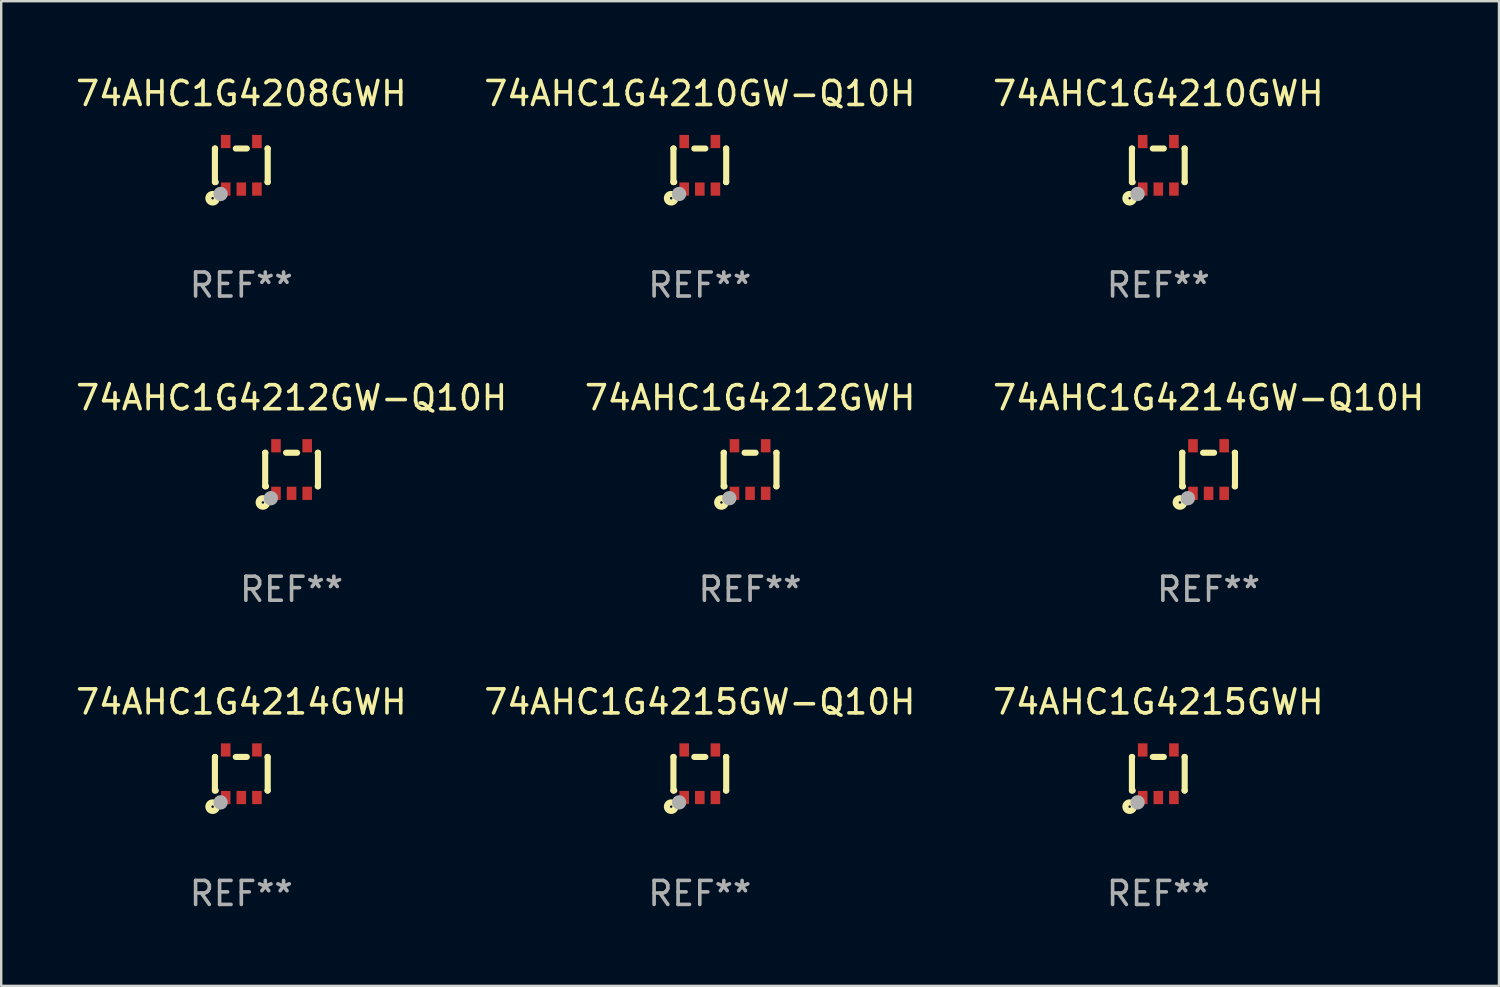
<source format=kicad_pcb>
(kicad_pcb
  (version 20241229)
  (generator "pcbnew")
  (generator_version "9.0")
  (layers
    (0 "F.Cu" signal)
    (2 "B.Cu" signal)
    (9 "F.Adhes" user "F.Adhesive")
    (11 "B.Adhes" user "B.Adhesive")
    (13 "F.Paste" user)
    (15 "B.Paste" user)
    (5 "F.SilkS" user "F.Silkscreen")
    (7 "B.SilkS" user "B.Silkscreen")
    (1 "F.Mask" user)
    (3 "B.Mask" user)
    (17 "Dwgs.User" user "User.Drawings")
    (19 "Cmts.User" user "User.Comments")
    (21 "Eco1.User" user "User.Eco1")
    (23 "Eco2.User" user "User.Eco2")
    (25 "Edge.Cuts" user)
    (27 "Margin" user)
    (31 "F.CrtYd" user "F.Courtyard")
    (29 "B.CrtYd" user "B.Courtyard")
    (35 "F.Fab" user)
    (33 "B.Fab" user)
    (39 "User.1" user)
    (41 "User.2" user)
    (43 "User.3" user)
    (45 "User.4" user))
  (footprint "74AHC1G4215GW-Q10H"
    (layer "F.Cu")
    (at 26.113 29.194)
    (property "Reference" "74AHC1G4215GW-Q10H" (at 0 -2.991 0) (layer "F.SilkS") (effects (font (size 1 1) (thickness 0.15))))
    (attr through_hole)
    (fp_line (start -1.1 -0.7) (end -1.1 0.7) (stroke (width 0.254) (type solid)) (layer "F.SilkS"))
    (fp_line (start -1.1 -0.7) (end -1.09 -0.7) (stroke (width 0.254) (type solid)) (layer "F.SilkS"))
    (fp_line (start -1.1 0.7) (end -1.065 0.7) (stroke (width 0.254) (type solid)) (layer "F.SilkS"))
    (fp_line (start -0.23 -0.7) (end 0.23 -0.7) (stroke (width 0.254) (type solid)) (layer "F.SilkS"))
    (fp_line (start 1.09 -0.7) (end 1.1 -0.7) (stroke (width 0.254) (type solid)) (layer "F.SilkS"))
    (fp_line (start 1.09 0.7) (end 1.1 0.7) (stroke (width 0.254) (type solid)) (layer "F.SilkS"))
    (fp_line (start 1.1 -0.7) (end 1.1 0.7) (stroke (width 0.254) (type solid)) (layer "F.SilkS"))
    (fp_circle (center -1.194 1.372) (end -1.143 1.372) (stroke (width 0.254) (type solid)) (fill no) (layer "F.SilkS"))
    (fp_circle (center -1.05 1.063) (end -1.02 1.063) (stroke (width 0.06) (type solid)) (fill no) (layer "F.SilkS"))
    (fp_circle (center -0.864 1.194) (end -0.713 1.194) (stroke (width 0.3) (type solid)) (fill no) (layer "F.Fab"))
    (fp_text user "REF**" (at 0 4.991 0) (layer "F.Fab") (effects (font (size 1 1) (thickness 0.15))))
    (pad "1" smd rect (at -0.65 0.991 180) (size 0.399 0.551) (layers "F.Cu" "F.Mask" "F.Paste"))
    (pad "2" smd rect (at 0 0.991 180) (size 0.399 0.551) (layers "F.Cu" "F.Mask" "F.Paste"))
    (pad "3" smd rect (at 0.65 0.991 180) (size 0.399 0.551) (layers "F.Cu" "F.Mask" "F.Paste"))
    (pad "4" smd rect (at 0.65 -0.991 180) (size 0.399 0.551) (layers "F.Cu" "F.Mask" "F.Paste"))
    (pad "5" smd rect (at -0.65 -0.991 180) (size 0.399 0.551) (layers "F.Cu" "F.Mask" "F.Paste")))
  (footprint "74AHC1G4210GW-Q10H"
    (layer "F.Cu")
    (at 26.113 3.839)
    (property "Reference" "74AHC1G4210GW-Q10H" (at 0 -2.991 0) (layer "F.SilkS") (effects (font (size 1 1) (thickness 0.15))))
    (attr through_hole)
    (fp_line (start -1.1 -0.7) (end -1.1 0.7) (stroke (width 0.254) (type solid)) (layer "F.SilkS"))
    (fp_line (start -1.1 -0.7) (end -1.09 -0.7) (stroke (width 0.254) (type solid)) (layer "F.SilkS"))
    (fp_line (start -1.1 0.7) (end -1.065 0.7) (stroke (width 0.254) (type solid)) (layer "F.SilkS"))
    (fp_line (start -0.23 -0.7) (end 0.23 -0.7) (stroke (width 0.254) (type solid)) (layer "F.SilkS"))
    (fp_line (start 1.09 -0.7) (end 1.1 -0.7) (stroke (width 0.254) (type solid)) (layer "F.SilkS"))
    (fp_line (start 1.09 0.7) (end 1.1 0.7) (stroke (width 0.254) (type solid)) (layer "F.SilkS"))
    (fp_line (start 1.1 -0.7) (end 1.1 0.7) (stroke (width 0.254) (type solid)) (layer "F.SilkS"))
    (fp_circle (center -1.194 1.372) (end -1.143 1.372) (stroke (width 0.254) (type solid)) (fill no) (layer "F.SilkS"))
    (fp_circle (center -1.05 1.063) (end -1.02 1.063) (stroke (width 0.06) (type solid)) (fill no) (layer "F.SilkS"))
    (fp_circle (center -0.864 1.194) (end -0.713 1.194) (stroke (width 0.3) (type solid)) (fill no) (layer "F.Fab"))
    (fp_text user "REF**" (at 0 4.991 0) (layer "F.Fab") (effects (font (size 1 1) (thickness 0.15))))
    (pad "1" smd rect (at -0.65 0.991 180) (size 0.399 0.551) (layers "F.Cu" "F.Mask" "F.Paste"))
    (pad "2" smd rect (at 0 0.991 180) (size 0.399 0.551) (layers "F.Cu" "F.Mask" "F.Paste"))
    (pad "3" smd rect (at 0.65 0.991 180) (size 0.399 0.551) (layers "F.Cu" "F.Mask" "F.Paste"))
    (pad "4" smd rect (at 0.65 -0.991 180) (size 0.399 0.551) (layers "F.Cu" "F.Mask" "F.Paste"))
    (pad "5" smd rect (at -0.65 -0.991 180) (size 0.399 0.551) (layers "F.Cu" "F.Mask" "F.Paste")))
  (footprint "74AHC1G4210GWH"
    (layer "F.Cu")
    (at 45.22 3.839)
    (property "Reference" "74AHC1G4210GWH" (at 0 -2.991 0) (layer "F.SilkS") (effects (font (size 1 1) (thickness 0.15))))
    (attr through_hole)
    (fp_line (start -1.1 -0.7) (end -1.1 0.7) (stroke (width 0.254) (type solid)) (layer "F.SilkS"))
    (fp_line (start -1.1 -0.7) (end -1.09 -0.7) (stroke (width 0.254) (type solid)) (layer "F.SilkS"))
    (fp_line (start -1.1 0.7) (end -1.065 0.7) (stroke (width 0.254) (type solid)) (layer "F.SilkS"))
    (fp_line (start -0.23 -0.7) (end 0.23 -0.7) (stroke (width 0.254) (type solid)) (layer "F.SilkS"))
    (fp_line (start 1.09 -0.7) (end 1.1 -0.7) (stroke (width 0.254) (type solid)) (layer "F.SilkS"))
    (fp_line (start 1.09 0.7) (end 1.1 0.7) (stroke (width 0.254) (type solid)) (layer "F.SilkS"))
    (fp_line (start 1.1 -0.7) (end 1.1 0.7) (stroke (width 0.254) (type solid)) (layer "F.SilkS"))
    (fp_circle (center -1.194 1.372) (end -1.143 1.372) (stroke (width 0.254) (type solid)) (fill no) (layer "F.SilkS"))
    (fp_circle (center -1.05 1.063) (end -1.02 1.063) (stroke (width 0.06) (type solid)) (fill no) (layer "F.SilkS"))
    (fp_circle (center -0.864 1.194) (end -0.713 1.194) (stroke (width 0.3) (type solid)) (fill no) (layer "F.Fab"))
    (fp_text user "REF**" (at 0 4.991 0) (layer "F.Fab") (effects (font (size 1 1) (thickness 0.15))))
    (pad "1" smd rect (at -0.65 0.991 180) (size 0.399 0.551) (layers "F.Cu" "F.Mask" "F.Paste"))
    (pad "2" smd rect (at 0 0.991 180) (size 0.399 0.551) (layers "F.Cu" "F.Mask" "F.Paste"))
    (pad "3" smd rect (at 0.65 0.991 180) (size 0.399 0.551) (layers "F.Cu" "F.Mask" "F.Paste"))
    (pad "4" smd rect (at 0.65 -0.991 180) (size 0.399 0.551) (layers "F.Cu" "F.Mask" "F.Paste"))
    (pad "5" smd rect (at -0.65 -0.991 180) (size 0.399 0.551) (layers "F.Cu" "F.Mask" "F.Paste")))
  (footprint "74AHC1G4212GWH"
    (layer "F.Cu")
    (at 28.208 16.517)
    (property "Reference" "74AHC1G4212GWH" (at 0 -2.991 0) (layer "F.SilkS") (effects (font (size 1 1) (thickness 0.15))))
    (attr through_hole)
    (fp_line (start -1.1 -0.7) (end -1.1 0.7) (stroke (width 0.254) (type solid)) (layer "F.SilkS"))
    (fp_line (start -1.1 -0.7) (end -1.09 -0.7) (stroke (width 0.254) (type solid)) (layer "F.SilkS"))
    (fp_line (start -1.1 0.7) (end -1.065 0.7) (stroke (width 0.254) (type solid)) (layer "F.SilkS"))
    (fp_line (start -0.23 -0.7) (end 0.23 -0.7) (stroke (width 0.254) (type solid)) (layer "F.SilkS"))
    (fp_line (start 1.09 -0.7) (end 1.1 -0.7) (stroke (width 0.254) (type solid)) (layer "F.SilkS"))
    (fp_line (start 1.09 0.7) (end 1.1 0.7) (stroke (width 0.254) (type solid)) (layer "F.SilkS"))
    (fp_line (start 1.1 -0.7) (end 1.1 0.7) (stroke (width 0.254) (type solid)) (layer "F.SilkS"))
    (fp_circle (center -1.194 1.372) (end -1.143 1.372) (stroke (width 0.254) (type solid)) (fill no) (layer "F.SilkS"))
    (fp_circle (center -1.05 1.063) (end -1.02 1.063) (stroke (width 0.06) (type solid)) (fill no) (layer "F.SilkS"))
    (fp_circle (center -0.864 1.194) (end -0.713 1.194) (stroke (width 0.3) (type solid)) (fill no) (layer "F.Fab"))
    (fp_text user "REF**" (at 0 4.991 0) (layer "F.Fab") (effects (font (size 1 1) (thickness 0.15))))
    (pad "1" smd rect (at -0.65 0.991 180) (size 0.399 0.551) (layers "F.Cu" "F.Mask" "F.Paste"))
    (pad "2" smd rect (at 0 0.991 180) (size 0.399 0.551) (layers "F.Cu" "F.Mask" "F.Paste"))
    (pad "3" smd rect (at 0.65 0.991 180) (size 0.399 0.551) (layers "F.Cu" "F.Mask" "F.Paste"))
    (pad "4" smd rect (at 0.65 -0.991 180) (size 0.399 0.551) (layers "F.Cu" "F.Mask" "F.Paste"))
    (pad "5" smd rect (at -0.65 -0.991 180) (size 0.399 0.551) (layers "F.Cu" "F.Mask" "F.Paste")))
  (footprint "74AHC1G4214GW-Q10H"
    (layer "F.Cu")
    (at 47.315 16.517)
    (property "Reference" "74AHC1G4214GW-Q10H" (at 0 -2.991 0) (layer "F.SilkS") (effects (font (size 1 1) (thickness 0.15))))
    (attr through_hole)
    (fp_line (start -1.1 -0.7) (end -1.1 0.7) (stroke (width 0.254) (type solid)) (layer "F.SilkS"))
    (fp_line (start -1.1 -0.7) (end -1.09 -0.7) (stroke (width 0.254) (type solid)) (layer "F.SilkS"))
    (fp_line (start -1.1 0.7) (end -1.065 0.7) (stroke (width 0.254) (type solid)) (layer "F.SilkS"))
    (fp_line (start -0.23 -0.7) (end 0.23 -0.7) (stroke (width 0.254) (type solid)) (layer "F.SilkS"))
    (fp_line (start 1.09 -0.7) (end 1.1 -0.7) (stroke (width 0.254) (type solid)) (layer "F.SilkS"))
    (fp_line (start 1.09 0.7) (end 1.1 0.7) (stroke (width 0.254) (type solid)) (layer "F.SilkS"))
    (fp_line (start 1.1 -0.7) (end 1.1 0.7) (stroke (width 0.254) (type solid)) (layer "F.SilkS"))
    (fp_circle (center -1.194 1.372) (end -1.143 1.372) (stroke (width 0.254) (type solid)) (fill no) (layer "F.SilkS"))
    (fp_circle (center -1.05 1.063) (end -1.02 1.063) (stroke (width 0.06) (type solid)) (fill no) (layer "F.SilkS"))
    (fp_circle (center -0.864 1.194) (end -0.713 1.194) (stroke (width 0.3) (type solid)) (fill no) (layer "F.Fab"))
    (fp_text user "REF**" (at 0 4.991 0) (layer "F.Fab") (effects (font (size 1 1) (thickness 0.15))))
    (pad "1" smd rect (at -0.65 0.991 180) (size 0.399 0.551) (layers "F.Cu" "F.Mask" "F.Paste"))
    (pad "2" smd rect (at 0 0.991 180) (size 0.399 0.551) (layers "F.Cu" "F.Mask" "F.Paste"))
    (pad "3" smd rect (at 0.65 0.991 180) (size 0.399 0.551) (layers "F.Cu" "F.Mask" "F.Paste"))
    (pad "4" smd rect (at 0.65 -0.991 180) (size 0.399 0.551) (layers "F.Cu" "F.Mask" "F.Paste"))
    (pad "5" smd rect (at -0.65 -0.991 180) (size 0.399 0.551) (layers "F.Cu" "F.Mask" "F.Paste")))
  (footprint "74AHC1G4212GW-Q10H"
    (layer "F.Cu")
    (at 9.101 16.517)
    (property "Reference" "74AHC1G4212GW-Q10H" (at 0 -2.991 0) (layer "F.SilkS") (effects (font (size 1 1) (thickness 0.15))))
    (attr through_hole)
    (fp_line (start -1.1 -0.7) (end -1.1 0.7) (stroke (width 0.254) (type solid)) (layer "F.SilkS"))
    (fp_line (start -1.1 -0.7) (end -1.09 -0.7) (stroke (width 0.254) (type solid)) (layer "F.SilkS"))
    (fp_line (start -1.1 0.7) (end -1.065 0.7) (stroke (width 0.254) (type solid)) (layer "F.SilkS"))
    (fp_line (start -0.23 -0.7) (end 0.23 -0.7) (stroke (width 0.254) (type solid)) (layer "F.SilkS"))
    (fp_line (start 1.09 -0.7) (end 1.1 -0.7) (stroke (width 0.254) (type solid)) (layer "F.SilkS"))
    (fp_line (start 1.09 0.7) (end 1.1 0.7) (stroke (width 0.254) (type solid)) (layer "F.SilkS"))
    (fp_line (start 1.1 -0.7) (end 1.1 0.7) (stroke (width 0.254) (type solid)) (layer "F.SilkS"))
    (fp_circle (center -1.194 1.372) (end -1.143 1.372) (stroke (width 0.254) (type solid)) (fill no) (layer "F.SilkS"))
    (fp_circle (center -1.05 1.063) (end -1.02 1.063) (stroke (width 0.06) (type solid)) (fill no) (layer "F.SilkS"))
    (fp_circle (center -0.864 1.194) (end -0.713 1.194) (stroke (width 0.3) (type solid)) (fill no) (layer "F.Fab"))
    (fp_text user "REF**" (at 0 4.991 0) (layer "F.Fab") (effects (font (size 1 1) (thickness 0.15))))
    (pad "1" smd rect (at -0.65 0.991 180) (size 0.399 0.551) (layers "F.Cu" "F.Mask" "F.Paste"))
    (pad "2" smd rect (at 0 0.991 180) (size 0.399 0.551) (layers "F.Cu" "F.Mask" "F.Paste"))
    (pad "3" smd rect (at 0.65 0.991 180) (size 0.399 0.551) (layers "F.Cu" "F.Mask" "F.Paste"))
    (pad "4" smd rect (at 0.65 -0.991 180) (size 0.399 0.551) (layers "F.Cu" "F.Mask" "F.Paste"))
    (pad "5" smd rect (at -0.65 -0.991 180) (size 0.399 0.551) (layers "F.Cu" "F.Mask" "F.Paste")))
  (footprint "74AHC1G4208GWH"
    (layer "F.Cu")
    (at 7.006 3.839)
    (property "Reference" "74AHC1G4208GWH" (at 0 -2.991 0) (layer "F.SilkS") (effects (font (size 1 1) (thickness 0.15))))
    (attr through_hole)
    (fp_line (start -1.1 -0.7) (end -1.1 0.7) (stroke (width 0.254) (type solid)) (layer "F.SilkS"))
    (fp_line (start -1.1 -0.7) (end -1.09 -0.7) (stroke (width 0.254) (type solid)) (layer "F.SilkS"))
    (fp_line (start -1.1 0.7) (end -1.065 0.7) (stroke (width 0.254) (type solid)) (layer "F.SilkS"))
    (fp_line (start -0.23 -0.7) (end 0.23 -0.7) (stroke (width 0.254) (type solid)) (layer "F.SilkS"))
    (fp_line (start 1.09 -0.7) (end 1.1 -0.7) (stroke (width 0.254) (type solid)) (layer "F.SilkS"))
    (fp_line (start 1.09 0.7) (end 1.1 0.7) (stroke (width 0.254) (type solid)) (layer "F.SilkS"))
    (fp_line (start 1.1 -0.7) (end 1.1 0.7) (stroke (width 0.254) (type solid)) (layer "F.SilkS"))
    (fp_circle (center -1.194 1.372) (end -1.143 1.372) (stroke (width 0.254) (type solid)) (fill no) (layer "F.SilkS"))
    (fp_circle (center -1.05 1.063) (end -1.02 1.063) (stroke (width 0.06) (type solid)) (fill no) (layer "F.SilkS"))
    (fp_circle (center -0.864 1.194) (end -0.713 1.194) (stroke (width 0.3) (type solid)) (fill no) (layer "F.Fab"))
    (fp_text user "REF**" (at 0 4.991 0) (layer "F.Fab") (effects (font (size 1 1) (thickness 0.15))))
    (pad "1" smd rect (at -0.65 0.991 180) (size 0.399 0.551) (layers "F.Cu" "F.Mask" "F.Paste"))
    (pad "2" smd rect (at 0 0.991 180) (size 0.399 0.551) (layers "F.Cu" "F.Mask" "F.Paste"))
    (pad "3" smd rect (at 0.65 0.991 180) (size 0.399 0.551) (layers "F.Cu" "F.Mask" "F.Paste"))
    (pad "4" smd rect (at 0.65 -0.991 180) (size 0.399 0.551) (layers "F.Cu" "F.Mask" "F.Paste"))
    (pad "5" smd rect (at -0.65 -0.991 180) (size 0.399 0.551) (layers "F.Cu" "F.Mask" "F.Paste")))
  (footprint "74AHC1G4214GWH"
    (layer "F.Cu")
    (at 7.006 29.194)
    (property "Reference" "74AHC1G4214GWH" (at 0 -2.991 0) (layer "F.SilkS") (effects (font (size 1 1) (thickness 0.15))))
    (attr through_hole)
    (fp_line (start -1.1 -0.7) (end -1.1 0.7) (stroke (width 0.254) (type solid)) (layer "F.SilkS"))
    (fp_line (start -1.1 -0.7) (end -1.09 -0.7) (stroke (width 0.254) (type solid)) (layer "F.SilkS"))
    (fp_line (start -1.1 0.7) (end -1.065 0.7) (stroke (width 0.254) (type solid)) (layer "F.SilkS"))
    (fp_line (start -0.23 -0.7) (end 0.23 -0.7) (stroke (width 0.254) (type solid)) (layer "F.SilkS"))
    (fp_line (start 1.09 -0.7) (end 1.1 -0.7) (stroke (width 0.254) (type solid)) (layer "F.SilkS"))
    (fp_line (start 1.09 0.7) (end 1.1 0.7) (stroke (width 0.254) (type solid)) (layer "F.SilkS"))
    (fp_line (start 1.1 -0.7) (end 1.1 0.7) (stroke (width 0.254) (type solid)) (layer "F.SilkS"))
    (fp_circle (center -1.194 1.372) (end -1.143 1.372) (stroke (width 0.254) (type solid)) (fill no) (layer "F.SilkS"))
    (fp_circle (center -1.05 1.063) (end -1.02 1.063) (stroke (width 0.06) (type solid)) (fill no) (layer "F.SilkS"))
    (fp_circle (center -0.864 1.194) (end -0.713 1.194) (stroke (width 0.3) (type solid)) (fill no) (layer "F.Fab"))
    (fp_text user "REF**" (at 0 4.991 0) (layer "F.Fab") (effects (font (size 1 1) (thickness 0.15))))
    (pad "1" smd rect (at -0.65 0.991 180) (size 0.399 0.551) (layers "F.Cu" "F.Mask" "F.Paste"))
    (pad "2" smd rect (at 0 0.991 180) (size 0.399 0.551) (layers "F.Cu" "F.Mask" "F.Paste"))
    (pad "3" smd rect (at 0.65 0.991 180) (size 0.399 0.551) (layers "F.Cu" "F.Mask" "F.Paste"))
    (pad "4" smd rect (at 0.65 -0.991 180) (size 0.399 0.551) (layers "F.Cu" "F.Mask" "F.Paste"))
    (pad "5" smd rect (at -0.65 -0.991 180) (size 0.399 0.551) (layers "F.Cu" "F.Mask" "F.Paste")))
  (footprint "74AHC1G4215GWH"
    (layer "F.Cu")
    (at 45.22 29.194)
    (property "Reference" "74AHC1G4215GWH" (at 0 -2.991 0) (layer "F.SilkS") (effects (font (size 1 1) (thickness 0.15))))
    (attr through_hole)
    (fp_line (start -1.1 -0.7) (end -1.1 0.7) (stroke (width 0.254) (type solid)) (layer "F.SilkS"))
    (fp_line (start -1.1 -0.7) (end -1.09 -0.7) (stroke (width 0.254) (type solid)) (layer "F.SilkS"))
    (fp_line (start -1.1 0.7) (end -1.065 0.7) (stroke (width 0.254) (type solid)) (layer "F.SilkS"))
    (fp_line (start -0.23 -0.7) (end 0.23 -0.7) (stroke (width 0.254) (type solid)) (layer "F.SilkS"))
    (fp_line (start 1.09 -0.7) (end 1.1 -0.7) (stroke (width 0.254) (type solid)) (layer "F.SilkS"))
    (fp_line (start 1.09 0.7) (end 1.1 0.7) (stroke (width 0.254) (type solid)) (layer "F.SilkS"))
    (fp_line (start 1.1 -0.7) (end 1.1 0.7) (stroke (width 0.254) (type solid)) (layer "F.SilkS"))
    (fp_circle (center -1.194 1.372) (end -1.143 1.372) (stroke (width 0.254) (type solid)) (fill no) (layer "F.SilkS"))
    (fp_circle (center -1.05 1.063) (end -1.02 1.063) (stroke (width 0.06) (type solid)) (fill no) (layer "F.SilkS"))
    (fp_circle (center -0.864 1.194) (end -0.713 1.194) (stroke (width 0.3) (type solid)) (fill no) (layer "F.Fab"))
    (fp_text user "REF**" (at 0 4.991 0) (layer "F.Fab") (effects (font (size 1 1) (thickness 0.15))))
    (pad "1" smd rect (at -0.65 0.991 180) (size 0.399 0.551) (layers "F.Cu" "F.Mask" "F.Paste"))
    (pad "2" smd rect (at 0 0.991 180) (size 0.399 0.551) (layers "F.Cu" "F.Mask" "F.Paste"))
    (pad "3" smd rect (at 0.65 0.991 180) (size 0.399 0.551) (layers "F.Cu" "F.Mask" "F.Paste"))
    (pad "4" smd rect (at 0.65 -0.991 180) (size 0.399 0.551) (layers "F.Cu" "F.Mask" "F.Paste"))
    (pad "5" smd rect (at -0.65 -0.991 180) (size 0.399 0.551) (layers "F.Cu" "F.Mask" "F.Paste")))
  (gr_rect
    (start -3 -3)
    (end 59.417 38.033)
    (stroke (width 0.1) (type default))
    (fill no)
    (layer "Edge.Cuts")))
</source>
